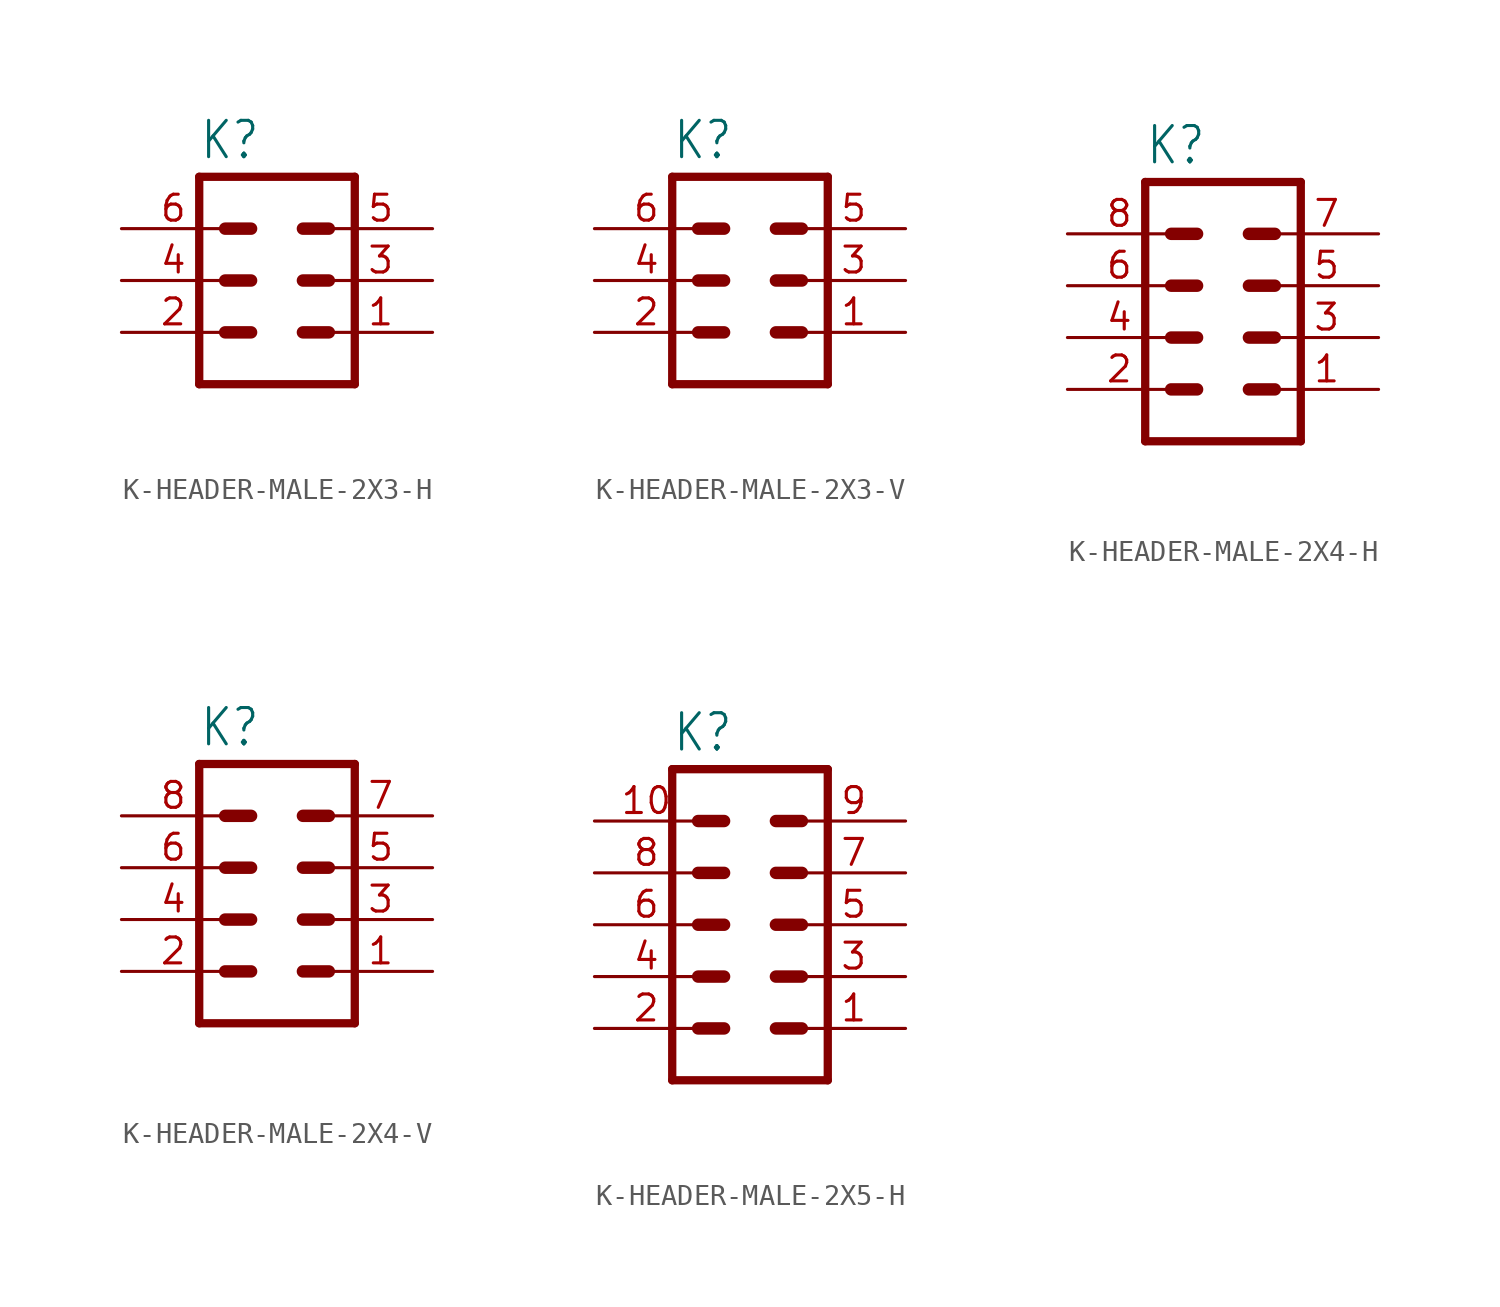
<source format=kicad_sym>
(kicad_symbol_lib
  (version 20231120)
  (generator "kicad_symbol_editor")
  (generator_version "8.0")
  (symbol "K-HEADER-MALE-2X3-H"
    (property "Reference" "K"
      (at -3.81 5.842 0)
      (effects (font (size 1.778 1.511)) (justify left bottom)))
    (property "Value" ""
      (at -3.81 -7.62 0)
      (effects (font (size 1.778 1.511)) (justify left bottom)))
    (property "ki_locked" ""
      (at 0 0 0)
      (effects (font (size 1.27 1.27))))
    (symbol "K-HEADER-MALE-2X3-H_1_0"
      (polyline (pts (xy -3.81 5.08) (xy -3.81 -5.08)) (stroke (width 0.406) (type solid)) (fill (type none)))
      (polyline (pts (xy -3.81 5.08) (xy 3.81 5.08)) (stroke (width 0.406) (type solid)) (fill (type none)))
      (polyline (pts (xy -2.54 -2.54) (xy -1.27 -2.54)) (stroke (width 0.61) (type solid)) (fill (type none)))
      (polyline (pts (xy -2.54 0) (xy -1.27 0)) (stroke (width 0.61) (type solid)) (fill (type none)))
      (polyline (pts (xy -2.54 2.54) (xy -1.27 2.54)) (stroke (width 0.61) (type solid)) (fill (type none)))
      (polyline (pts (xy 1.27 -2.54) (xy 2.54 -2.54)) (stroke (width 0.61) (type solid)) (fill (type none)))
      (polyline (pts (xy 1.27 0) (xy 2.54 0)) (stroke (width 0.61) (type solid)) (fill (type none)))
      (polyline (pts (xy 1.27 2.54) (xy 2.54 2.54)) (stroke (width 0.61) (type solid)) (fill (type none)))
      (polyline (pts (xy 3.81 -5.08) (xy -3.81 -5.08)) (stroke (width 0.406) (type solid)) (fill (type none)))
      (polyline (pts (xy 3.81 -5.08) (xy 3.81 5.08)) (stroke (width 0.406) (type solid)) (fill (type none)))
      (pin passive line (at 7.62 -2.54 180) (length 5.08) (name "1" (effects (font (size 0 0)))) (number "1" (effects (font (size 1.27 1.27)))))
      (pin passive line (at -7.62 -2.54 0) (length 5.08) (name "2" (effects (font (size 0 0)))) (number "2" (effects (font (size 1.27 1.27)))))
      (pin passive line (at 7.62 0 180) (length 5.08) (name "3" (effects (font (size 0 0)))) (number "3" (effects (font (size 1.27 1.27)))))
      (pin passive line (at -7.62 0 0) (length 5.08) (name "4" (effects (font (size 0 0)))) (number "4" (effects (font (size 1.27 1.27)))))
      (pin passive line (at 7.62 2.54 180) (length 5.08) (name "5" (effects (font (size 0 0)))) (number "5" (effects (font (size 1.27 1.27)))))
      (pin passive line (at -7.62 2.54 0) (length 5.08) (name "6" (effects (font (size 0 0)))) (number "6" (effects (font (size 1.27 1.27)))))))
  (symbol "K-HEADER-MALE-2X3-V"
    (property "Reference" "K"
      (at -3.81 5.842 0)
      (effects (font (size 1.778 1.511)) (justify left bottom)))
    (property "Value" ""
      (at -3.81 -7.62 0)
      (effects (font (size 1.778 1.511)) (justify left bottom)))
    (property "ki_locked" ""
      (at 0 0 0)
      (effects (font (size 1.27 1.27))))
    (symbol "K-HEADER-MALE-2X3-V_1_0"
      (polyline (pts (xy -3.81 5.08) (xy -3.81 -5.08)) (stroke (width 0.406) (type solid)) (fill (type none)))
      (polyline (pts (xy -3.81 5.08) (xy 3.81 5.08)) (stroke (width 0.406) (type solid)) (fill (type none)))
      (polyline (pts (xy -2.54 -2.54) (xy -1.27 -2.54)) (stroke (width 0.61) (type solid)) (fill (type none)))
      (polyline (pts (xy -2.54 0) (xy -1.27 0)) (stroke (width 0.61) (type solid)) (fill (type none)))
      (polyline (pts (xy -2.54 2.54) (xy -1.27 2.54)) (stroke (width 0.61) (type solid)) (fill (type none)))
      (polyline (pts (xy 1.27 -2.54) (xy 2.54 -2.54)) (stroke (width 0.61) (type solid)) (fill (type none)))
      (polyline (pts (xy 1.27 0) (xy 2.54 0)) (stroke (width 0.61) (type solid)) (fill (type none)))
      (polyline (pts (xy 1.27 2.54) (xy 2.54 2.54)) (stroke (width 0.61) (type solid)) (fill (type none)))
      (polyline (pts (xy 3.81 -5.08) (xy -3.81 -5.08)) (stroke (width 0.406) (type solid)) (fill (type none)))
      (polyline (pts (xy 3.81 -5.08) (xy 3.81 5.08)) (stroke (width 0.406) (type solid)) (fill (type none)))
      (pin passive line (at 7.62 -2.54 180) (length 5.08) (name "1" (effects (font (size 0 0)))) (number "1" (effects (font (size 1.27 1.27)))))
      (pin passive line (at -7.62 -2.54 0) (length 5.08) (name "2" (effects (font (size 0 0)))) (number "2" (effects (font (size 1.27 1.27)))))
      (pin passive line (at 7.62 0 180) (length 5.08) (name "3" (effects (font (size 0 0)))) (number "3" (effects (font (size 1.27 1.27)))))
      (pin passive line (at -7.62 0 0) (length 5.08) (name "4" (effects (font (size 0 0)))) (number "4" (effects (font (size 1.27 1.27)))))
      (pin passive line (at 7.62 2.54 180) (length 5.08) (name "5" (effects (font (size 0 0)))) (number "5" (effects (font (size 1.27 1.27)))))
      (pin passive line (at -7.62 2.54 0) (length 5.08) (name "6" (effects (font (size 0 0)))) (number "6" (effects (font (size 1.27 1.27)))))))
  (symbol "K-HEADER-MALE-2X4-H"
    (property "Reference" "K"
      (at -3.81 5.842 0)
      (effects (font (size 1.778 1.511)) (justify left bottom)))
    (property "Value" ""
      (at -3.81 -10.16 0)
      (effects (font (size 1.778 1.511)) (justify left bottom)))
    (property "ki_locked" ""
      (at 0 0 0)
      (effects (font (size 1.27 1.27))))
    (symbol "K-HEADER-MALE-2X4-H_1_0"
      (polyline (pts (xy -3.81 5.08) (xy -3.81 -7.62)) (stroke (width 0.406) (type solid)) (fill (type none)))
      (polyline (pts (xy -3.81 5.08) (xy 3.81 5.08)) (stroke (width 0.406) (type solid)) (fill (type none)))
      (polyline (pts (xy -2.54 -5.08) (xy -1.27 -5.08)) (stroke (width 0.61) (type solid)) (fill (type none)))
      (polyline (pts (xy -2.54 -2.54) (xy -1.27 -2.54)) (stroke (width 0.61) (type solid)) (fill (type none)))
      (polyline (pts (xy -2.54 0) (xy -1.27 0)) (stroke (width 0.61) (type solid)) (fill (type none)))
      (polyline (pts (xy -2.54 2.54) (xy -1.27 2.54)) (stroke (width 0.61) (type solid)) (fill (type none)))
      (polyline (pts (xy 1.27 -5.08) (xy 2.54 -5.08)) (stroke (width 0.61) (type solid)) (fill (type none)))
      (polyline (pts (xy 1.27 -2.54) (xy 2.54 -2.54)) (stroke (width 0.61) (type solid)) (fill (type none)))
      (polyline (pts (xy 1.27 0) (xy 2.54 0)) (stroke (width 0.61) (type solid)) (fill (type none)))
      (polyline (pts (xy 1.27 2.54) (xy 2.54 2.54)) (stroke (width 0.61) (type solid)) (fill (type none)))
      (polyline (pts (xy 3.81 -7.62) (xy -3.81 -7.62)) (stroke (width 0.406) (type solid)) (fill (type none)))
      (polyline (pts (xy 3.81 -7.62) (xy 3.81 5.08)) (stroke (width 0.406) (type solid)) (fill (type none)))
      (pin passive line (at 7.62 -5.08 180) (length 5.08) (name "1" (effects (font (size 0 0)))) (number "1" (effects (font (size 1.27 1.27)))))
      (pin passive line (at -7.62 -5.08 0) (length 5.08) (name "2" (effects (font (size 0 0)))) (number "2" (effects (font (size 1.27 1.27)))))
      (pin passive line (at 7.62 -2.54 180) (length 5.08) (name "3" (effects (font (size 0 0)))) (number "3" (effects (font (size 1.27 1.27)))))
      (pin passive line (at -7.62 -2.54 0) (length 5.08) (name "4" (effects (font (size 0 0)))) (number "4" (effects (font (size 1.27 1.27)))))
      (pin passive line (at 7.62 0 180) (length 5.08) (name "5" (effects (font (size 0 0)))) (number "5" (effects (font (size 1.27 1.27)))))
      (pin passive line (at -7.62 0 0) (length 5.08) (name "6" (effects (font (size 0 0)))) (number "6" (effects (font (size 1.27 1.27)))))
      (pin passive line (at 7.62 2.54 180) (length 5.08) (name "7" (effects (font (size 0 0)))) (number "7" (effects (font (size 1.27 1.27)))))
      (pin passive line (at -7.62 2.54 0) (length 5.08) (name "8" (effects (font (size 0 0)))) (number "8" (effects (font (size 1.27 1.27)))))))
  (symbol "K-HEADER-MALE-2X4-V"
    (property "Reference" "K"
      (at -3.81 5.842 0)
      (effects (font (size 1.778 1.511)) (justify left bottom)))
    (property "Value" ""
      (at -3.81 -10.16 0)
      (effects (font (size 1.778 1.511)) (justify left bottom)))
    (property "ki_locked" ""
      (at 0 0 0)
      (effects (font (size 1.27 1.27))))
    (symbol "K-HEADER-MALE-2X4-V_1_0"
      (polyline (pts (xy -3.81 5.08) (xy -3.81 -7.62)) (stroke (width 0.406) (type solid)) (fill (type none)))
      (polyline (pts (xy -3.81 5.08) (xy 3.81 5.08)) (stroke (width 0.406) (type solid)) (fill (type none)))
      (polyline (pts (xy -2.54 -5.08) (xy -1.27 -5.08)) (stroke (width 0.61) (type solid)) (fill (type none)))
      (polyline (pts (xy -2.54 -2.54) (xy -1.27 -2.54)) (stroke (width 0.61) (type solid)) (fill (type none)))
      (polyline (pts (xy -2.54 0) (xy -1.27 0)) (stroke (width 0.61) (type solid)) (fill (type none)))
      (polyline (pts (xy -2.54 2.54) (xy -1.27 2.54)) (stroke (width 0.61) (type solid)) (fill (type none)))
      (polyline (pts (xy 1.27 -5.08) (xy 2.54 -5.08)) (stroke (width 0.61) (type solid)) (fill (type none)))
      (polyline (pts (xy 1.27 -2.54) (xy 2.54 -2.54)) (stroke (width 0.61) (type solid)) (fill (type none)))
      (polyline (pts (xy 1.27 0) (xy 2.54 0)) (stroke (width 0.61) (type solid)) (fill (type none)))
      (polyline (pts (xy 1.27 2.54) (xy 2.54 2.54)) (stroke (width 0.61) (type solid)) (fill (type none)))
      (polyline (pts (xy 3.81 -7.62) (xy -3.81 -7.62)) (stroke (width 0.406) (type solid)) (fill (type none)))
      (polyline (pts (xy 3.81 -7.62) (xy 3.81 5.08)) (stroke (width 0.406) (type solid)) (fill (type none)))
      (pin passive line (at 7.62 -5.08 180) (length 5.08) (name "1" (effects (font (size 0 0)))) (number "1" (effects (font (size 1.27 1.27)))))
      (pin passive line (at -7.62 -5.08 0) (length 5.08) (name "2" (effects (font (size 0 0)))) (number "2" (effects (font (size 1.27 1.27)))))
      (pin passive line (at 7.62 -2.54 180) (length 5.08) (name "3" (effects (font (size 0 0)))) (number "3" (effects (font (size 1.27 1.27)))))
      (pin passive line (at -7.62 -2.54 0) (length 5.08) (name "4" (effects (font (size 0 0)))) (number "4" (effects (font (size 1.27 1.27)))))
      (pin passive line (at 7.62 0 180) (length 5.08) (name "5" (effects (font (size 0 0)))) (number "5" (effects (font (size 1.27 1.27)))))
      (pin passive line (at -7.62 0 0) (length 5.08) (name "6" (effects (font (size 0 0)))) (number "6" (effects (font (size 1.27 1.27)))))
      (pin passive line (at 7.62 2.54 180) (length 5.08) (name "7" (effects (font (size 0 0)))) (number "7" (effects (font (size 1.27 1.27)))))
      (pin passive line (at -7.62 2.54 0) (length 5.08) (name "8" (effects (font (size 0 0)))) (number "8" (effects (font (size 1.27 1.27)))))))
  (symbol "K-HEADER-MALE-2X5-H"
    (property "Reference" "K"
      (at -3.81 8.382 0)
      (effects (font (size 1.778 1.511)) (justify left bottom)))
    (property "Value" ""
      (at -3.81 -10.16 0)
      (effects (font (size 1.778 1.511)) (justify left bottom)))
    (property "ki_locked" ""
      (at 0 0 0)
      (effects (font (size 1.27 1.27))))
    (symbol "K-HEADER-MALE-2X5-H_1_0"
      (polyline (pts (xy -3.81 7.62) (xy -3.81 -7.62)) (stroke (width 0.406) (type solid)) (fill (type none)))
      (polyline (pts (xy -3.81 7.62) (xy 3.81 7.62)) (stroke (width 0.406) (type solid)) (fill (type none)))
      (polyline (pts (xy -2.54 -5.08) (xy -1.27 -5.08)) (stroke (width 0.61) (type solid)) (fill (type none)))
      (polyline (pts (xy -2.54 -2.54) (xy -1.27 -2.54)) (stroke (width 0.61) (type solid)) (fill (type none)))
      (polyline (pts (xy -2.54 0) (xy -1.27 0)) (stroke (width 0.61) (type solid)) (fill (type none)))
      (polyline (pts (xy -2.54 2.54) (xy -1.27 2.54)) (stroke (width 0.61) (type solid)) (fill (type none)))
      (polyline (pts (xy -2.54 5.08) (xy -1.27 5.08)) (stroke (width 0.61) (type solid)) (fill (type none)))
      (polyline (pts (xy 1.27 -5.08) (xy 2.54 -5.08)) (stroke (width 0.61) (type solid)) (fill (type none)))
      (polyline (pts (xy 1.27 -2.54) (xy 2.54 -2.54)) (stroke (width 0.61) (type solid)) (fill (type none)))
      (polyline (pts (xy 1.27 0) (xy 2.54 0)) (stroke (width 0.61) (type solid)) (fill (type none)))
      (polyline (pts (xy 1.27 2.54) (xy 2.54 2.54)) (stroke (width 0.61) (type solid)) (fill (type none)))
      (polyline (pts (xy 1.27 5.08) (xy 2.54 5.08)) (stroke (width 0.61) (type solid)) (fill (type none)))
      (polyline (pts (xy 3.81 -7.62) (xy -3.81 -7.62)) (stroke (width 0.406) (type solid)) (fill (type none)))
      (polyline (pts (xy 3.81 -7.62) (xy 3.81 7.62)) (stroke (width 0.406) (type solid)) (fill (type none)))
      (pin passive line (at 7.62 -5.08 180) (length 5.08) (name "1" (effects (font (size 0 0)))) (number "1" (effects (font (size 1.27 1.27)))))
      (pin passive line (at -7.62 5.08 0) (length 5.08) (name "10" (effects (font (size 0 0)))) (number "10" (effects (font (size 1.27 1.27)))))
      (pin passive line (at -7.62 -5.08 0) (length 5.08) (name "2" (effects (font (size 0 0)))) (number "2" (effects (font (size 1.27 1.27)))))
      (pin passive line (at 7.62 -2.54 180) (length 5.08) (name "3" (effects (font (size 0 0)))) (number "3" (effects (font (size 1.27 1.27)))))
      (pin passive line (at -7.62 -2.54 0) (length 5.08) (name "4" (effects (font (size 0 0)))) (number "4" (effects (font (size 1.27 1.27)))))
      (pin passive line (at 7.62 0 180) (length 5.08) (name "5" (effects (font (size 0 0)))) (number "5" (effects (font (size 1.27 1.27)))))
      (pin passive line (at -7.62 0 0) (length 5.08) (name "6" (effects (font (size 0 0)))) (number "6" (effects (font (size 1.27 1.27)))))
      (pin passive line (at 7.62 2.54 180) (length 5.08) (name "7" (effects (font (size 0 0)))) (number "7" (effects (font (size 1.27 1.27)))))
      (pin passive line (at -7.62 2.54 0) (length 5.08) (name "8" (effects (font (size 0 0)))) (number "8" (effects (font (size 1.27 1.27)))))
      (pin passive line (at 7.62 5.08 180) (length 5.08) (name "9" (effects (font (size 0 0)))) (number "9" (effects (font (size 1.27 1.27))))))))
</source>
